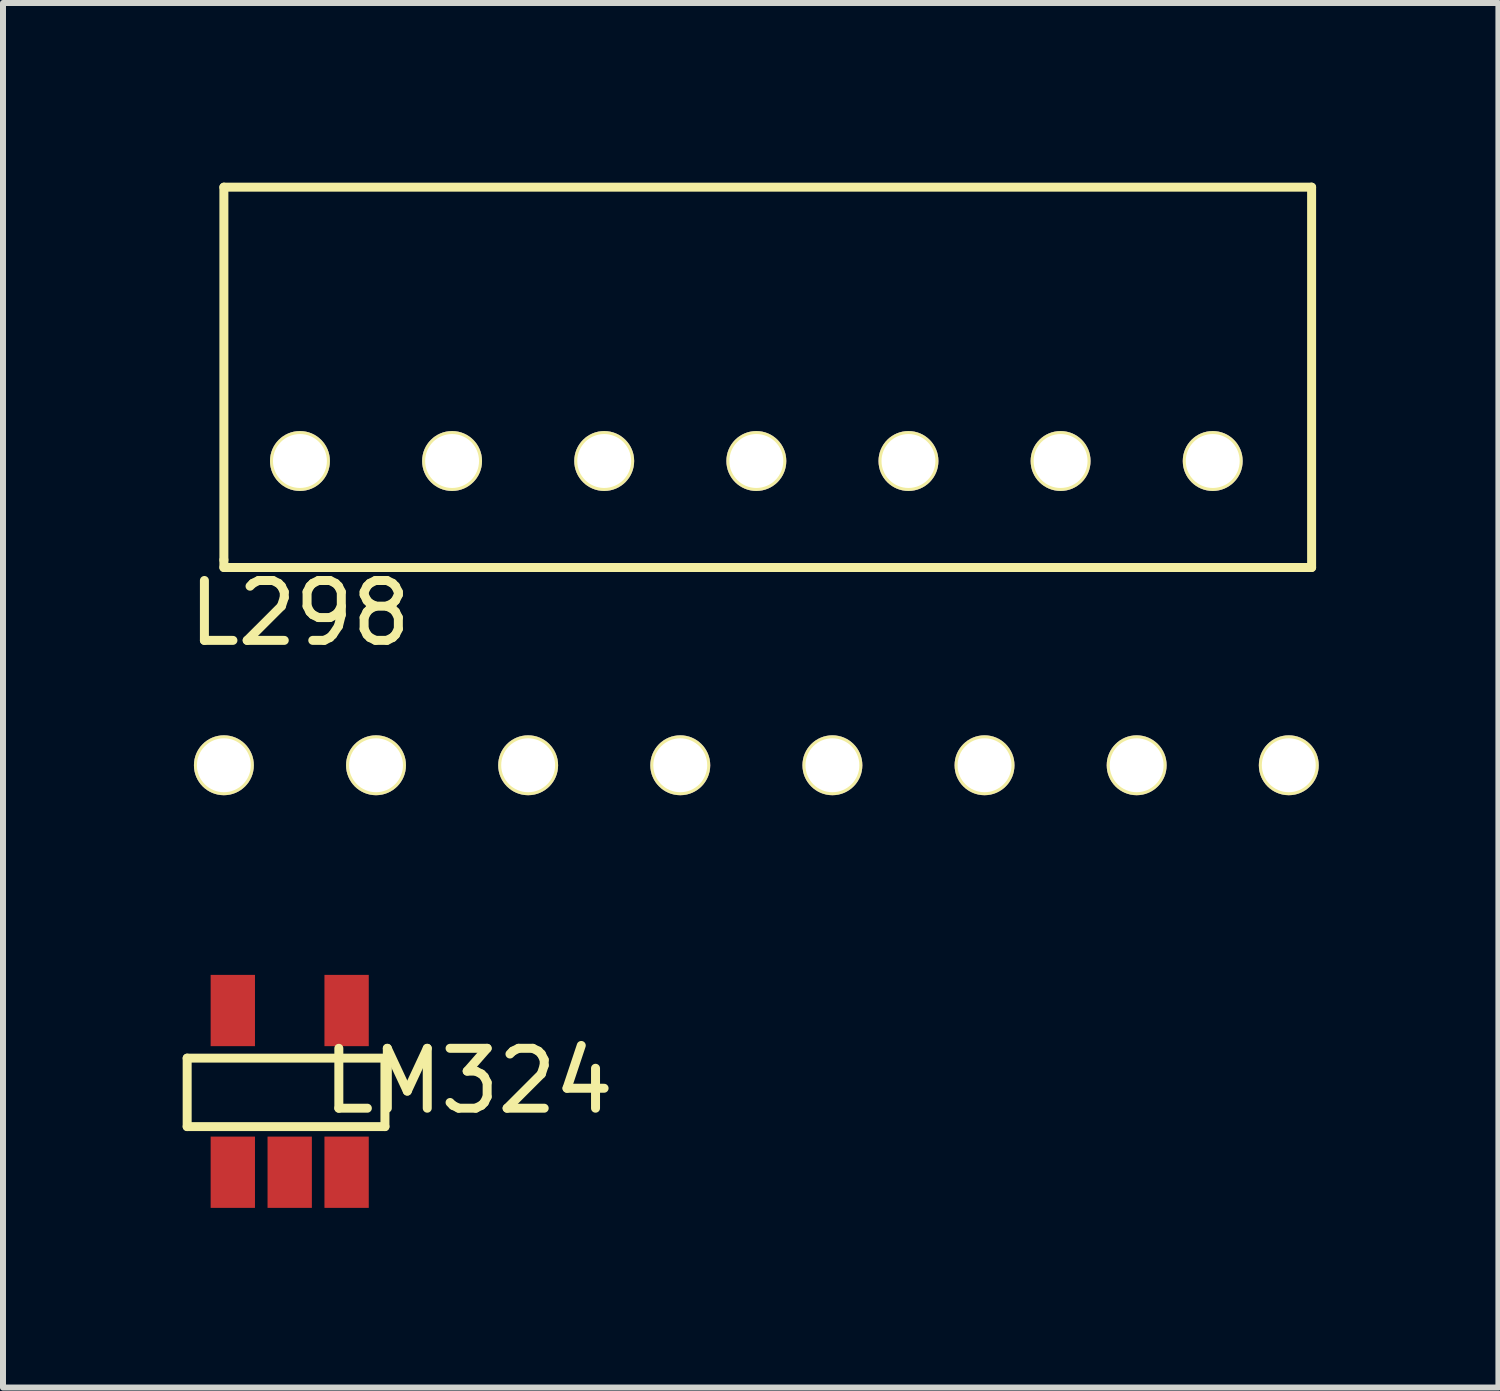
<source format=kicad_pcb>
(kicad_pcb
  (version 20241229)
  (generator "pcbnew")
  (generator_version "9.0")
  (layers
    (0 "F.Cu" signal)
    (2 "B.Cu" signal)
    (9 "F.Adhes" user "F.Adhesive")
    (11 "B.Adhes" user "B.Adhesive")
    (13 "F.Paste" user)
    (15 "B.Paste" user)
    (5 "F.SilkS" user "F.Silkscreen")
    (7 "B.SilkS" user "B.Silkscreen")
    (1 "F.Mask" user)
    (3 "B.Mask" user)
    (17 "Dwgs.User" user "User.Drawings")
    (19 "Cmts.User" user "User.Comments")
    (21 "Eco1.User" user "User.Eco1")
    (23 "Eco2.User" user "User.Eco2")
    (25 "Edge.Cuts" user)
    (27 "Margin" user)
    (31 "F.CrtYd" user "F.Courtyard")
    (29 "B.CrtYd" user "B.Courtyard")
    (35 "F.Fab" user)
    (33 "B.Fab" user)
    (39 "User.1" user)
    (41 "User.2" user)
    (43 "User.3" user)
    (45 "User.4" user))
  (footprint "L298"
    (layer "F.Cu")
    (at 0.688 9.727)
    (property "Reference" "L298" (at 1.27 -2.54 0) (layer "F.SilkS") (effects (font (size 1 1) (thickness 0.15))))
    (attr through_hole)
    (fp_line (start 0 -9.652) (end 0 -3.429) (stroke (width 0.15) (type solid)) (layer "F.SilkS"))
    (fp_line (start 0 -3.429) (end 0 -3.302) (stroke (width 0.15) (type solid)) (layer "F.SilkS"))
    (fp_line (start 0 -3.302) (end 18.161 -3.302) (stroke (width 0.15) (type solid)) (layer "F.SilkS"))
    (fp_line (start 18.161 -9.652) (end 0 -9.652) (stroke (width 0.15) (type solid)) (layer "F.SilkS"))
    (fp_line (start 18.161 -3.302) (end 18.161 -9.652) (stroke (width 0.15) (type solid)) (layer "F.SilkS"))
    (pad "1" thru_hole circle (at 0 0) (size 1 1) (drill 0.9) (layers "*.Cu" "*.Mask" "F.SilkS"))
    (pad "2" thru_hole circle (at 1.27 -5.08) (size 1 1) (drill 0.9) (layers "*.Cu" "*.Mask" "F.SilkS"))
    (pad "3" thru_hole circle (at 2.54 0) (size 1 1) (drill 0.9) (layers "*.Cu" "*.Mask" "F.SilkS"))
    (pad "4" thru_hole circle (at 3.81 -5.08) (size 1 1) (drill 0.9) (layers "*.Cu" "*.Mask" "F.SilkS"))
    (pad "5" thru_hole circle (at 5.08 0) (size 1 1) (drill 0.9) (layers "*.Cu" "*.Mask" "F.SilkS"))
    (pad "6" thru_hole circle (at 6.35 -5.08) (size 1 1) (drill 0.9) (layers "*.Cu" "*.Mask" "F.SilkS"))
    (pad "7" thru_hole circle (at 7.62 0) (size 1 1) (drill 0.9) (layers "*.Cu" "*.Mask" "F.SilkS"))
    (pad "8" thru_hole circle (at 8.89 -5.08) (size 1 1) (drill 0.9) (layers "*.Cu" "*.Mask" "F.SilkS"))
    (pad "9" thru_hole circle (at 10.16 0) (size 1 1) (drill 0.9) (layers "*.Cu" "*.Mask" "F.SilkS"))
    (pad "10" thru_hole circle (at 11.43 -5.08) (size 1 1) (drill 0.9) (layers "*.Cu" "*.Mask" "F.SilkS"))
    (pad "11" thru_hole circle (at 12.7 0) (size 1 1) (drill 0.9) (layers "*.Cu" "*.Mask" "F.SilkS"))
    (pad "12" thru_hole circle (at 13.97 -5.08) (size 1 1) (drill 0.9) (layers "*.Cu" "*.Mask" "F.SilkS"))
    (pad "13" thru_hole circle (at 15.24 0) (size 1 1) (drill 0.9) (layers "*.Cu" "*.Mask" "F.SilkS"))
    (pad "14" thru_hole circle (at 16.51 -5.08) (size 1 1) (drill 0.9) (layers "*.Cu" "*.Mask" "F.SilkS"))
    (pad "15" thru_hole circle (at 17.78 0) (size 1 1) (drill 0.9) (layers "*.Cu" "*.Mask" "F.SilkS")))
  (footprint "LM324"
    (layer "F.Cu")
    (at 0.837 16.522)
    (property "Reference" "LM324" (at 3.937 -1.524 0) (layer "F.SilkS") (effects (font (size 1 1) (thickness 0.15))))
    (attr through_hole)
    (fp_line (start -0.762 -1.905) (end 2.54 -1.905) (stroke (width 0.15) (type solid)) (layer "F.SilkS"))
    (fp_line (start -0.762 -0.762) (end -0.762 -1.905) (stroke (width 0.15) (type solid)) (layer "F.SilkS"))
    (fp_line (start 2.54 -1.905) (end 2.54 -0.762) (stroke (width 0.15) (type solid)) (layer "F.SilkS"))
    (fp_line (start 2.54 -0.762) (end -0.762 -0.762) (stroke (width 0.15) (type solid)) (layer "F.SilkS"))
    (pad "1" smd rect (at 0 0) (size 0.74 1.19) (layers "F.Cu" "F.Mask" "F.Paste"))
    (pad "2" smd rect (at 0.95 0) (size 0.74 1.19) (layers "F.Cu" "F.Mask" "F.Paste"))
    (pad "3" smd rect (at 1.9 0) (size 0.74 1.19) (layers "F.Cu" "F.Mask" "F.Paste"))
    (pad "4" smd rect (at 0 -2.7) (size 0.74 1.19) (layers "F.Cu" "F.Mask" "F.Paste"))
    (pad "5" smd rect (at 1.9 -2.7) (size 0.74 1.19) (layers "F.Cu" "F.Mask" "F.Paste")))
  (gr_rect
    (start -3 -3)
    (end 21.968 20.117)
    (stroke (width 0.1) (type default))
    (fill no)
    (layer "Edge.Cuts")))
</source>
